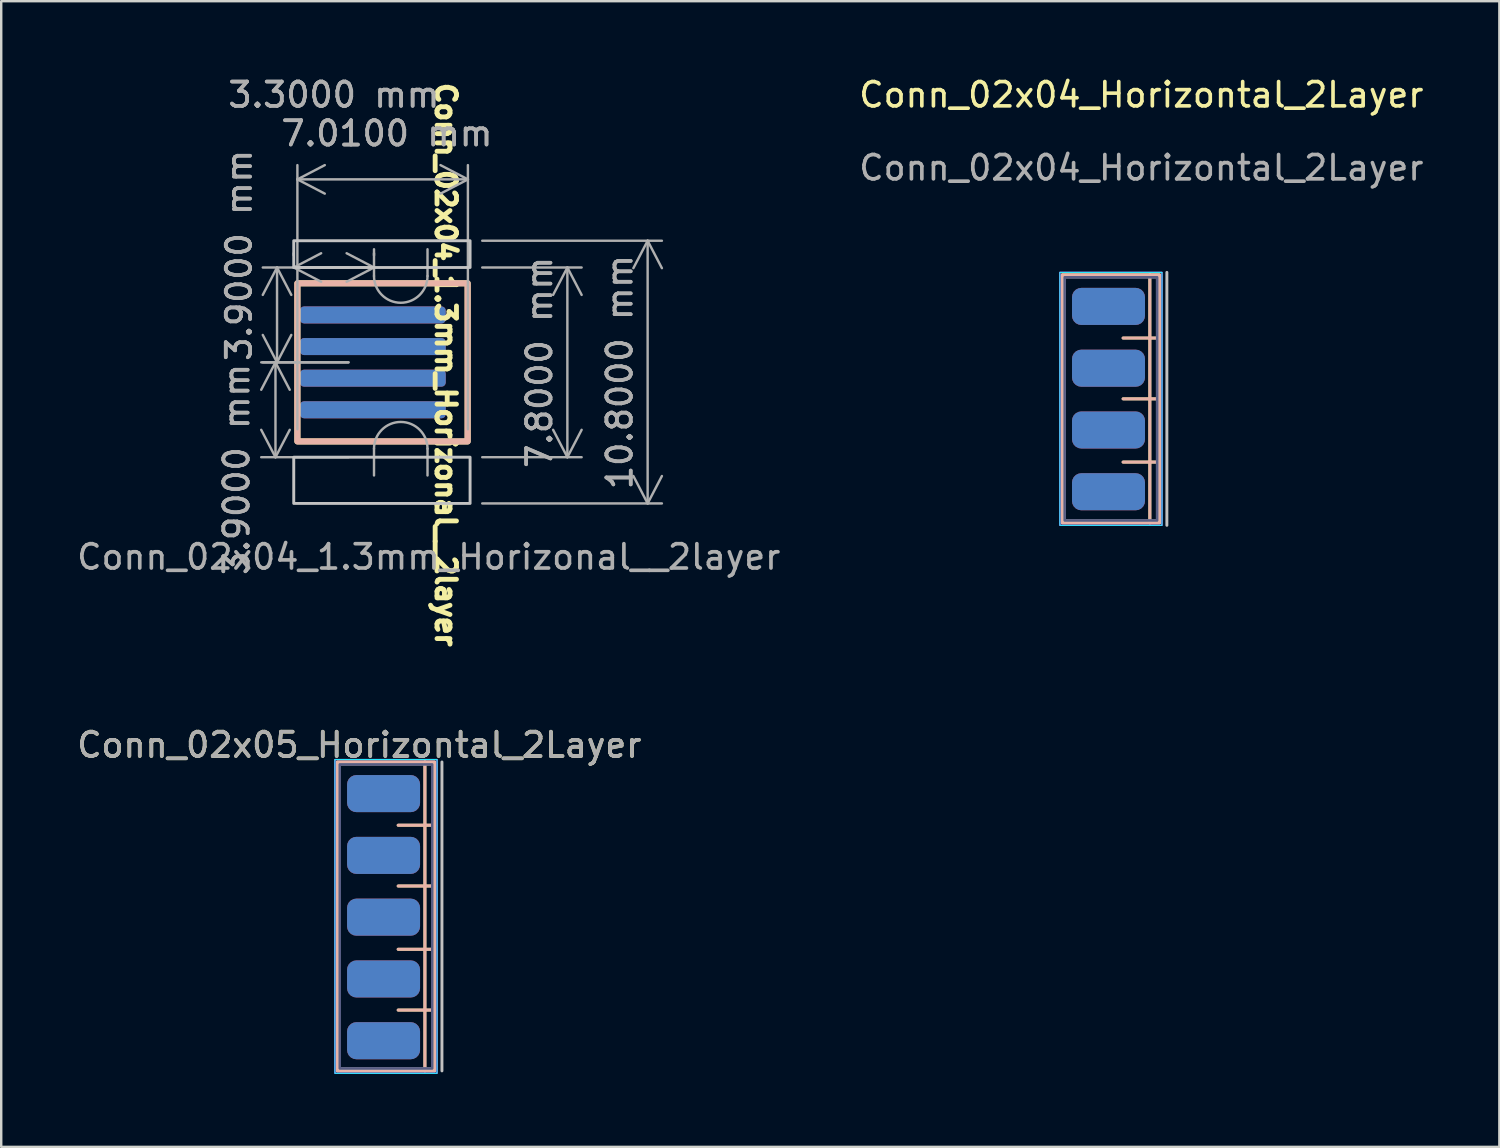
<source format=kicad_pcb>
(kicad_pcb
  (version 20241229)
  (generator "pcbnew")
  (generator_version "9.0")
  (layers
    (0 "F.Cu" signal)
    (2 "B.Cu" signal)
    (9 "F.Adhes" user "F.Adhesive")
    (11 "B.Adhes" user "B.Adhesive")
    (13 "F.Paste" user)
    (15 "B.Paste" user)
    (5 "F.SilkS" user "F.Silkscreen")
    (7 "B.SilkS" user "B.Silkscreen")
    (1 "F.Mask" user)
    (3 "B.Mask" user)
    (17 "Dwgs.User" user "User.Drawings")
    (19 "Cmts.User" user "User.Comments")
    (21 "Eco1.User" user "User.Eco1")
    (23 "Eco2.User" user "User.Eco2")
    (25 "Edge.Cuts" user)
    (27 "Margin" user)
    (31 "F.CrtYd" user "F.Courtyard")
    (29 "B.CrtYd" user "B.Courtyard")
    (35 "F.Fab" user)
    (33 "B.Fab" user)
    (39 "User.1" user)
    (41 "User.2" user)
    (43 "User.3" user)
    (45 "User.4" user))
  (footprint "Conn_02x04_Horizontal_2Layer"
    (layer "F.Cu")
    (at 43.875 13.348)
    (property "Reference" "Conn_02x04_Horizontal_2Layer" (at 0 -12.5 0) (unlocked yes) (layer "F.SilkS") (effects (font (size 1 1) (thickness 0.15))))
    (attr smd)
    (fp_line (start -0.75 -2.5) (end 0.75 -2.5) (stroke (width 0.12) (type solid)) (layer "F.SilkS"))
    (fp_line (start -0.75 0) (end 0.75 0) (stroke (width 0.12) (type solid)) (layer "F.SilkS"))
    (fp_line (start -0.75 2.6) (end 0.75 2.6) (stroke (width 0.12) (type solid)) (layer "F.SilkS"))
    (fp_line (start 0.35 -5.1) (end 0.35 5.1) (stroke (width 0.12) (type solid)) (layer "F.SilkS"))
    (fp_rect (start -3.25 -5.1) (end 0.75 5.1) (stroke (width 0.12) (type solid)) (fill no) (layer "F.SilkS"))
    (fp_line (start -0.75 -2.5) (end 0.75 -2.5) (stroke (width 0.12) (type solid)) (layer "B.SilkS"))
    (fp_line (start -0.75 0) (end 0.75 0) (stroke (width 0.12) (type solid)) (layer "B.SilkS"))
    (fp_line (start -0.75 2.6) (end 0.75 2.6) (stroke (width 0.12) (type solid)) (layer "B.SilkS"))
    (fp_line (start 0.35 -5.1) (end 0.35 5.1) (stroke (width 0.12) (type solid)) (layer "B.SilkS"))
    (fp_rect (start 0.75 -5.1) (end -3.25 5.1) (stroke (width 0.12) (type solid)) (fill no) (layer "B.SilkS"))
    (fp_line (start 1.05 5.2) (end 1.05 -5.2) (stroke (width 0.12) (type solid)) (layer "Dwgs.User"))
    (fp_rect (start 0.85 -5.2) (end -3.35 5.2) (stroke (width 0.05) (type solid)) (fill no) (layer "B.CrtYd"))
    (fp_rect (start -3.35 -5.2) (end 0.85 5.2) (stroke (width 0.05) (type solid)) (fill no) (layer "F.CrtYd"))
    (fp_rect (start 0.65 -5) (end -3.15 5) (stroke (width 0.1) (type solid)) (fill no) (layer "B.Fab"))
    (fp_rect (start -3.15 -5) (end 0.65 5) (stroke (width 0.1) (type solid)) (fill no) (layer "F.Fab"))
    (fp_text user "${REFERENCE}" (at 0 -9.5 0) (unlocked yes) (layer "F.Fab") (effects (font (size 1 1) (thickness 0.15))))
    (pad "1" smd roundrect (at -1.35 -3.8) (size 3 1.524) (layers "F.Cu" "F.Mask" "F.Paste") (roundrect_rratio 0.25))
    (pad "2" smd roundrect (at -1.35 -1.26) (size 3 1.524) (layers "F.Cu" "F.Mask" "F.Paste") (roundrect_rratio 0.25))
    (pad "3" smd roundrect (at -1.35 1.28) (size 3 1.524) (layers "F.Cu" "F.Mask" "F.Paste") (roundrect_rratio 0.25))
    (pad "4" smd roundrect (at -1.35 3.82) (size 3 1.524) (layers "F.Cu" "F.Mask" "F.Paste") (roundrect_rratio 0.25))
    (pad "5" smd roundrect (at -1.35 3.82) (size 3 1.524) (layers "B.Cu" "B.Mask" "B.Paste") (roundrect_rratio 0.25))
    (pad "6" smd roundrect (at -1.35 1.28) (size 3 1.524) (layers "B.Cu" "B.Mask" "B.Paste") (roundrect_rratio 0.25))
    (pad "7" smd roundrect (at -1.35 -1.26) (size 3 1.524) (layers "B.Cu" "B.Mask" "B.Paste") (roundrect_rratio 0.25))
    (pad "8" smd roundrect (at -1.35 -3.8) (size 3 1.524) (layers "B.Cu" "B.Mask" "B.Paste") (roundrect_rratio 0.25)))
  (footprint "Conn_02x04_1.3mm_Horizonal__2layer"
    (layer "F.Cu")
    (at 11.777 11.848)
    (property "Reference" "Conn_02x04_1.3mm_Horizonal__2layer" (at 3.5 0.1 270) (unlocked yes) (layer "F.SilkS") (effects (font (size 0.8 0.8) (thickness 0.2) (bold yes))))
    (attr smd)
    (fp_rect (start -2.6 -3.25) (end 4.4 3.25) (stroke (width 0.25) (type default)) (fill no) (layer "F.SilkS"))
    (fp_rect (start -2.6 -3.25) (end 4.4 3.25) (stroke (width 0.25) (type default)) (fill no) (layer "B.SilkS"))
    (fp_rect (start -2.75 -5) (end 4.5 -3.9) (stroke (width 0.12) (type default)) (fill no) (layer "Dwgs.User"))
    (fp_rect (start -2.75 3.9) (end 4.5 5.8) (stroke (width 0.12) (type default)) (fill no) (layer "Dwgs.User"))
    (fp_line (start 0.55 -3.55) (end 0.55 -4.65) (stroke (width 0.1) (type default)) (layer "F.Fab"))
    (fp_line (start 0.55 3.55) (end 0.55 4.65) (stroke (width 0.1) (type default)) (layer "F.Fab"))
    (fp_line (start 2.75 -3.55) (end 2.75 -4.65) (stroke (width 0.1) (type default)) (layer "F.Fab"))
    (fp_line (start 2.75 3.55) (end 2.75 4.65) (stroke (width 0.1) (type default)) (layer "F.Fab"))
    (fp_arc (start 0.55 3.55) (mid 1.65 2.45) (end 2.75 3.55) (stroke (width 0.1) (type default)) (layer "F.Fab"))
    (fp_arc (start 2.75 -3.55) (mid 1.65 -2.45) (end 0.55 -3.55) (stroke (width 0.1) (type default)) (layer "F.Fab"))
    (fp_text user "${REFERENCE}" (at 2.8 8 0) (unlocked yes) (layer "F.Fab") (effects (font (size 1 1) (thickness 0.15))))
    (dimension (type aligned) (layer "F.Fab") (pts (xy 16.277 7.948) (xy 16.277 15.748)) (height -4) (format (prefix "") (suffix "") (units 3) (units_format 1) (precision 4)) (style (thickness 0.1) (arrow_length 1.27) (text_position_mode 0) (arrow_direction outward) (extension_height 0.586) (extension_offset 0.5) (keep_text_aligned yes)) (gr_text "7.8000 mm" (at 19.127 11.848 90) (layer "F.Fab") (effects (font (size 1 1) (thickness 0.15)))))
    (dimension (type aligned) (layer "F.Fab") (pts (xy 16.277 6.848) (xy 16.277 17.648)) (height -7.3) (format (prefix "") (suffix "") (units 3) (units_format 1) (precision 4)) (style (thickness 0.1) (arrow_length 1.27) (text_position_mode 0) (arrow_direction outward) (extension_height 0.586) (extension_offset 0.5) (keep_text_aligned yes)) (gr_text "10.8000 mm" (at 22.427 12.248 90) (layer "F.Fab") (effects (font (size 1 1) (thickness 0.15)))))
    (dimension (type aligned) (layer "F.Fab") (pts (xy 9.027 7.948) (xy 12.327 7.948)) (height 0) (format (prefix "") (suffix "") (units 3) (units_format 1) (precision 4)) (style (thickness 0.1) (arrow_length 1.27) (text_position_mode 2) (arrow_direction outward) (extension_height 0.586) (extension_offset 0.5) (keep_text_aligned yes)) (gr_text "3.3000 mm" (at 10.677 0.848 0) (layer "F.Fab") (effects (font (size 1 1) (thickness 0.15)))))
    (dimension (type aligned) (layer "F.Fab") (pts (xy 9.177 15.098) (xy 16.187 15.098)) (height -10.773) (format (prefix "") (suffix "") (units 3) (units_format 1) (precision 4)) (style (thickness 0.1) (arrow_length 1.27) (text_position_mode 2) (arrow_direction outward) (extension_height 0.586) (extension_offset 0.5) (keep_text_aligned yes)) (gr_text "7.0100 mm" (at 12.857 2.438 0) (layer "F.Fab") (effects (font (size 1 1) (thickness 0.15)))))
    (dimension (type aligned) (layer "F.Fab") (pts (xy 11.777 11.848) (xy 11.777 7.948)) (height -3.437) (format (prefix "") (suffix "") (units 3) (units_format 1) (precision 4)) (style (thickness 0.1) (arrow_length 1.27) (text_position_mode 2) (arrow_direction outward) (extension_height 0.586) (extension_offset 0.5) (keep_text_aligned yes)) (gr_text "3.9000 mm" (at 6.777 7.448 90) (layer "F.Fab") (effects (font (size 1 1) (thickness 0.15)))))
    (dimension (type aligned) (layer "F.Fab") (pts (xy 11.777 11.848) (xy 11.777 15.748)) (height 3.501) (format (prefix "") (suffix "") (units 3) (units_format 1) (precision 4)) (style (thickness 0.1) (arrow_length 1.27) (text_position_mode 2) (arrow_direction outward) (extension_height 0.586) (extension_offset 0.5) (keep_text_aligned yes)) (gr_text "3.9000 mm" (at 6.677 16.248 90) (layer "F.Fab") (effects (font (size 1 1) (thickness 0.15)))))
    (pad "1" smd roundrect (at 0.5 -1.95) (size 6 0.7) (layers "F.Cu" "F.Mask" "F.Paste") (roundrect_rratio 0.25))
    (pad "2" smd roundrect (at 0.5 -1.95) (size 6 0.7) (layers "B.Cu" "B.Mask" "B.Paste") (roundrect_rratio 0.25))
    (pad "3" smd roundrect (at 0.5 -0.65) (size 6 0.7) (layers "F.Cu" "F.Mask" "F.Paste") (roundrect_rratio 0.25))
    (pad "4" smd roundrect (at 0.5 -0.65) (size 6 0.7) (layers "B.Cu" "B.Mask" "B.Paste") (roundrect_rratio 0.25))
    (pad "5" smd roundrect (at 0.5 0.65) (size 6 0.7) (layers "F.Cu" "F.Mask" "F.Paste") (roundrect_rratio 0.25))
    (pad "6" smd roundrect (at 0.5 0.65) (size 6 0.7) (layers "B.Cu" "B.Mask" "B.Paste") (roundrect_rratio 0.25))
    (pad "7" smd roundrect (at 0.5 1.95) (size 6 0.7) (layers "F.Cu" "F.Mask" "F.Paste") (roundrect_rratio 0.25))
    (pad "8" smd roundrect (at 0.5 1.95) (size 6 0.7) (layers "B.Cu" "B.Mask" "B.Paste") (roundrect_rratio 0.25)))
  (footprint "Conn_02x05_Horizontal_2Layer"
    (layer "F.Cu")
    (at 11.72 35.478)
    (property "Reference" "Conn_02x05_Horizontal_2Layer" (at 0 -7.9 0) (unlocked yes) (layer "F.SilkS") (effects (font (size 1 1) (thickness 0.15))))
    (attr smd)
    (fp_line (start 1.6 -4.6) (end 3.1 -4.6) (stroke (width 0.12) (type solid)) (layer "F.SilkS"))
    (fp_line (start 1.6 -2.1) (end 3.1 -2.1) (stroke (width 0.12) (type solid)) (layer "F.SilkS"))
    (fp_line (start 1.6 0.5) (end 3.1 0.5) (stroke (width 0.12) (type solid)) (layer "F.SilkS"))
    (fp_line (start 1.6 3) (end 3.1 3) (stroke (width 0.12) (type solid)) (layer "F.SilkS"))
    (fp_line (start 2.7 -7.2) (end 2.7 5.5) (stroke (width 0.12) (type solid)) (layer "F.SilkS"))
    (fp_rect (start -0.9 -7.2) (end 3.1 5.5) (stroke (width 0.12) (type solid)) (fill no) (layer "F.SilkS"))
    (fp_line (start 1.6 -4.6) (end 3.1 -4.6) (stroke (width 0.12) (type solid)) (layer "B.SilkS"))
    (fp_line (start 1.6 -2.1) (end 3.1 -2.1) (stroke (width 0.12) (type solid)) (layer "B.SilkS"))
    (fp_line (start 1.6 0.5) (end 3.1 0.5) (stroke (width 0.12) (type solid)) (layer "B.SilkS"))
    (fp_line (start 1.6 3) (end 3.1 3) (stroke (width 0.12) (type solid)) (layer "B.SilkS"))
    (fp_line (start 2.7 -7.2) (end 2.7 5.5) (stroke (width 0.12) (type solid)) (layer "B.SilkS"))
    (fp_rect (start 3.1 -7.2) (end -0.9 5.5) (stroke (width 0.12) (type solid)) (fill no) (layer "B.SilkS"))
    (fp_line (start 3.4 5.5) (end 3.4 -7.2) (stroke (width 0.12) (type solid)) (layer "Dwgs.User"))
    (fp_rect (start 3.2 -7.3) (end -1 5.6) (stroke (width 0.05) (type solid)) (fill no) (layer "B.CrtYd"))
    (fp_rect (start -1 -7.3) (end 3.2 5.6) (stroke (width 0.05) (type solid)) (fill no) (layer "F.CrtYd"))
    (fp_rect (start 3 -7.1) (end -0.8 5.4) (stroke (width 0.1) (type solid)) (fill no) (layer "B.Fab"))
    (fp_rect (start -0.8 -7.1) (end 3 5.4) (stroke (width 0.1) (type solid)) (fill no) (layer "F.Fab"))
    (fp_text user "${REFERENCE}" (at 0 -7.9 0) (unlocked yes) (layer "F.Fab") (effects (font (size 1 1) (thickness 0.15))))
    (pad "1" smd roundrect (at 1 -5.9) (size 3 1.524) (layers "F.Cu" "F.Mask" "F.Paste") (roundrect_rratio 0.25))
    (pad "2" smd roundrect (at 1 -3.36) (size 3 1.524) (layers "F.Cu" "F.Mask" "F.Paste") (roundrect_rratio 0.25))
    (pad "3" smd roundrect (at 1 -0.82) (size 3 1.524) (layers "F.Cu" "F.Mask" "F.Paste") (roundrect_rratio 0.25))
    (pad "4" smd roundrect (at 1 1.72) (size 3 1.524) (layers "F.Cu" "F.Mask" "F.Paste") (roundrect_rratio 0.25))
    (pad "5" smd roundrect (at 1 4.26) (size 3 1.524) (layers "F.Cu" "F.Mask" "F.Paste") (roundrect_rratio 0.25))
    (pad "6" smd roundrect (at 1 4.26) (size 3 1.524) (layers "B.Cu" "B.Mask" "B.Paste") (roundrect_rratio 0.25))
    (pad "7" smd roundrect (at 1 1.72) (size 3 1.524) (layers "B.Cu" "B.Mask" "B.Paste") (roundrect_rratio 0.25))
    (pad "8" smd roundrect (at 1 -0.82) (size 3 1.524) (layers "B.Cu" "B.Mask" "B.Paste") (roundrect_rratio 0.25))
    (pad "9" smd roundrect (at 1 -3.36) (size 3 1.524) (layers "B.Cu" "B.Mask" "B.Paste") (roundrect_rratio 0.25))
    (pad "10" smd roundrect (at 1 -5.9) (size 3 1.524) (layers "B.Cu" "B.Mask" "B.Paste") (roundrect_rratio 0.25)))
  (gr_rect
    (start -3 -3)
    (end 58.595 44.103)
    (stroke (width 0.1) (type default))
    (fill no)
    (layer "Edge.Cuts")))
</source>
